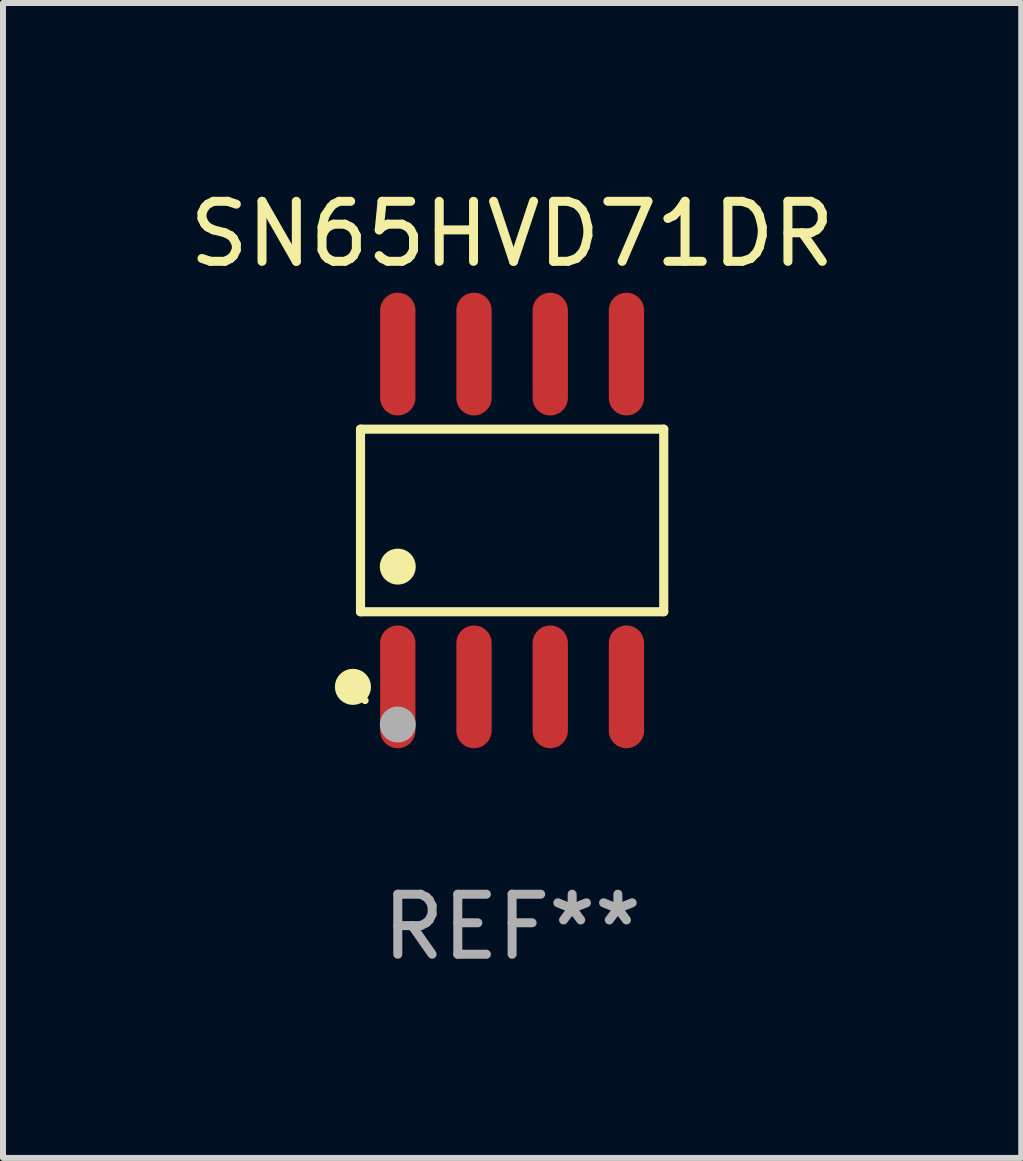
<source format=kicad_pcb>
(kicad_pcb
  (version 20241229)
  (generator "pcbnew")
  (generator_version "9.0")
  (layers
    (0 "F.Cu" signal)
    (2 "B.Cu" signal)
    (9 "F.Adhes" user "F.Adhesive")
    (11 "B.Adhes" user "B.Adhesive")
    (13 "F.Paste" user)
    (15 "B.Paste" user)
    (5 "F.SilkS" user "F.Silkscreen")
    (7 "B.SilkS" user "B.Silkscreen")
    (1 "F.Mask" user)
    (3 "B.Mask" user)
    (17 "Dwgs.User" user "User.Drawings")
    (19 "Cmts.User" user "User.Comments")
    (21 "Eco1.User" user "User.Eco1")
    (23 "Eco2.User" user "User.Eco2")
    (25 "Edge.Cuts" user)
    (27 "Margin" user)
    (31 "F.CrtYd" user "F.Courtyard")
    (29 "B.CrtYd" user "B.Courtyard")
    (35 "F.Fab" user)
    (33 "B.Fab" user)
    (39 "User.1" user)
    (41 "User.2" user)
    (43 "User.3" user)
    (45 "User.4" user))
  (footprint "SN65HVD71DR"
    (layer "F.Cu")
    (at 5.482 5.621)
    (property "Reference" "SN65HVD71DR" (at 0 -4.772 0) (layer "F.SilkS") (effects (font (size 1 1) (thickness 0.15))))
    (attr through_hole)
    (fp_line (start -2.526 -1.521) (end 2.526 -1.521) (stroke (width 0.152) (type solid)) (layer "F.SilkS"))
    (fp_line (start -2.526 1.521) (end -2.526 -1.521) (stroke (width 0.152) (type solid)) (layer "F.SilkS"))
    (fp_line (start 2.526 -1.521) (end 2.526 1.521) (stroke (width 0.152) (type solid)) (layer "F.SilkS"))
    (fp_line (start 2.526 1.521) (end -2.526 1.521) (stroke (width 0.152) (type solid)) (layer "F.SilkS"))
    (fp_circle (center -2.652 2.772) (end -2.501 2.772) (stroke (width 0.3) (type solid)) (fill no) (layer "F.SilkS"))
    (fp_circle (center -2.45 3) (end -2.42 3) (stroke (width 0.06) (type solid)) (fill no) (layer "F.SilkS"))
    (fp_circle (center -1.905 0.769) (end -1.755 0.769) (stroke (width 0.3) (type solid)) (fill no) (layer "F.SilkS"))
    (fp_circle (center -1.905 3.4) (end -1.755 3.4) (stroke (width 0.3) (type solid)) (fill no) (layer "F.Fab"))
    (fp_text user "REF**" (at 0 6.772 0) (layer "F.Fab") (effects (font (size 1 1) (thickness 0.15))))
    (pad "1" smd oval (at -1.905 2.772) (size 0.588 2.045) (layers "F.Cu" "F.Mask" "F.Paste"))
    (pad "2" smd oval (at -0.635 2.772) (size 0.588 2.045) (layers "F.Cu" "F.Mask" "F.Paste"))
    (pad "3" smd oval (at 0.635 2.772) (size 0.588 2.045) (layers "F.Cu" "F.Mask" "F.Paste"))
    (pad "4" smd oval (at 1.905 2.772) (size 0.588 2.045) (layers "F.Cu" "F.Mask" "F.Paste"))
    (pad "5" smd oval (at 1.905 -2.772) (size 0.588 2.045) (layers "F.Cu" "F.Mask" "F.Paste"))
    (pad "6" smd oval (at 0.635 -2.772) (size 0.588 2.045) (layers "F.Cu" "F.Mask" "F.Paste"))
    (pad "7" smd oval (at -0.635 -2.772) (size 0.588 2.045) (layers "F.Cu" "F.Mask" "F.Paste"))
    (pad "8" smd oval (at -1.905 -2.772) (size 0.588 2.045) (layers "F.Cu" "F.Mask" "F.Paste")))
  (gr_rect
    (start -3 -3)
    (end 13.964 16.241)
    (stroke (width 0.1) (type default))
    (fill no)
    (layer "Edge.Cuts")))
</source>
